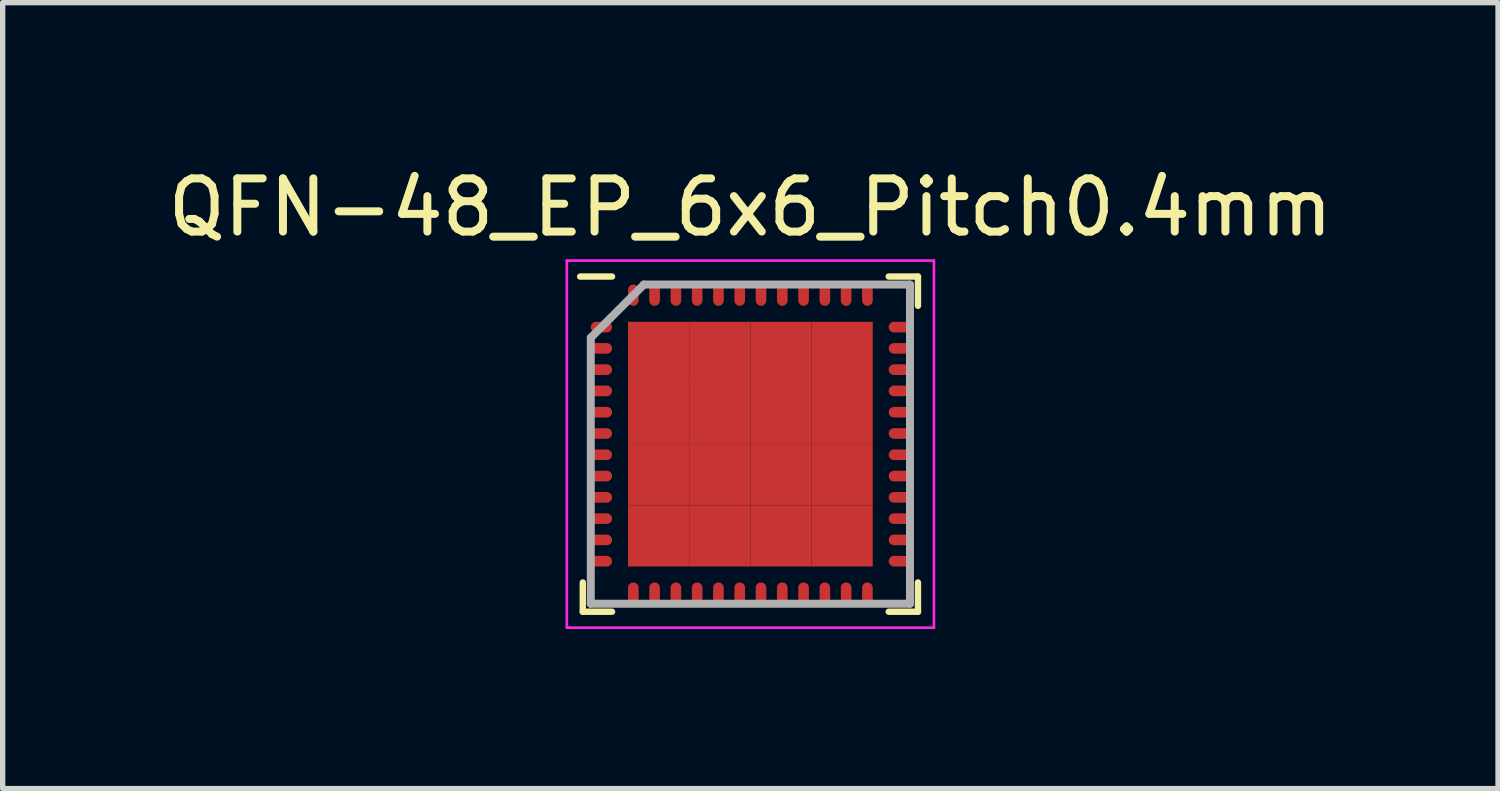
<source format=kicad_pcb>
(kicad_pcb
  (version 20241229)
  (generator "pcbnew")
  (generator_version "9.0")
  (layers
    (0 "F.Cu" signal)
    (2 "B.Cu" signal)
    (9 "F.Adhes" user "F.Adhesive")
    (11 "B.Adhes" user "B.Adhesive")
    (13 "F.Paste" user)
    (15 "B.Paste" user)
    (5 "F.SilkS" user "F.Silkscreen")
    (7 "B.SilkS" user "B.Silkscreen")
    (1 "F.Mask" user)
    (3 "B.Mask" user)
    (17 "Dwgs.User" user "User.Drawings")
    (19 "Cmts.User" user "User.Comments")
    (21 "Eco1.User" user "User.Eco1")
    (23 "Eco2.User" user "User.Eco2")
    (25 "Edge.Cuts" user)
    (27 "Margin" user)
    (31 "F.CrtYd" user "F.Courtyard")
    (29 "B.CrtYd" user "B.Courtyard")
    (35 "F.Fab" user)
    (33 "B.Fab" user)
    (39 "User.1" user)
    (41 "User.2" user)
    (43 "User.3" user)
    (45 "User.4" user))
  (footprint "QFN-48_EP_6x6_Pitch0.4mm"
    (layer "F.Cu")
    (at 11.054 5.298)
    (property "Reference" "QFN-48_EP_6x6_Pitch0.4mm" (at 0 -4.45 0) (layer "F.SilkS") (effects (font (size 1 1) (thickness 0.15))))
    (attr through_hole)
    (fp_line (start -3.15 3.15) (end -3.15 2.6) (stroke (width 0.12) (type default)) (layer "F.SilkS"))
    (fp_line (start -2.6 -3.15) (end -3.2 -3.15) (stroke (width 0.12) (type default)) (layer "F.SilkS"))
    (fp_line (start -2.6 3.15) (end -3.15 3.15) (stroke (width 0.12) (type default)) (layer "F.SilkS"))
    (fp_line (start 2.6 -3.15) (end 3.15 -3.15) (stroke (width 0.12) (type default)) (layer "F.SilkS"))
    (fp_line (start 2.6 3.15) (end 3.15 3.15) (stroke (width 0.12) (type default)) (layer "F.SilkS"))
    (fp_line (start 3.15 -3.15) (end 3.15 -2.6) (stroke (width 0.12) (type default)) (layer "F.SilkS"))
    (fp_line (start 3.15 3.15) (end 3.15 2.6) (stroke (width 0.12) (type default)) (layer "F.SilkS"))
    (fp_line (start -3.45 -3.45) (end 3.45 -3.45) (stroke (width 0.05) (type default)) (layer "F.CrtYd"))
    (fp_line (start -3.45 3.45) (end -3.45 -3.45) (stroke (width 0.05) (type default)) (layer "F.CrtYd"))
    (fp_line (start 3.45 -3.45) (end 3.45 3.45) (stroke (width 0.05) (type default)) (layer "F.CrtYd"))
    (fp_line (start 3.45 3.45) (end -3.45 3.45) (stroke (width 0.05) (type default)) (layer "F.CrtYd"))
    (fp_line (start -3 -2) (end -3 3) (stroke (width 0.15) (type default)) (layer "F.Fab"))
    (fp_line (start -3 3) (end 3 3) (stroke (width 0.15) (type default)) (layer "F.Fab"))
    (fp_line (start -2 -3) (end -3 -2) (stroke (width 0.15) (type default)) (layer "F.Fab"))
    (fp_line (start 3 -3) (end -2 -3) (stroke (width 0.15) (type default)) (layer "F.Fab"))
    (fp_line (start 3 3) (end 3 -3) (stroke (width 0.15) (type default)) (layer "F.Fab"))
    (pad "1" smd oval (at -2.8 -2.2 90) (size 0.2 0.4) (layers "F.Cu" "F.Mask" "F.Paste"))
    (pad "2" smd oval (at -2.8 -1.8 90) (size 0.2 0.4) (layers "F.Cu" "F.Mask" "F.Paste"))
    (pad "3" smd oval (at -2.8 -1.4 90) (size 0.2 0.4) (layers "F.Cu" "F.Mask" "F.Paste"))
    (pad "4" smd oval (at -2.8 -1 90) (size 0.2 0.4) (layers "F.Cu" "F.Mask" "F.Paste"))
    (pad "5" smd oval (at -2.8 -0.6 90) (size 0.2 0.4) (layers "F.Cu" "F.Mask" "F.Paste"))
    (pad "6" smd oval (at -2.8 -0.2 90) (size 0.2 0.4) (layers "F.Cu" "F.Mask" "F.Paste"))
    (pad "7" smd oval (at -2.8 0.2 90) (size 0.2 0.4) (layers "F.Cu" "F.Mask" "F.Paste"))
    (pad "8" smd oval (at -2.8 0.6 90) (size 0.2 0.4) (layers "F.Cu" "F.Mask" "F.Paste"))
    (pad "9" smd oval (at -2.8 1 90) (size 0.2 0.4) (layers "F.Cu" "F.Mask" "F.Paste"))
    (pad "10" smd oval (at -2.8 1.4 90) (size 0.2 0.4) (layers "F.Cu" "F.Mask" "F.Paste"))
    (pad "11" smd oval (at -2.8 1.8 90) (size 0.2 0.4) (layers "F.Cu" "F.Mask" "F.Paste"))
    (pad "12" smd oval (at -2.8 2.2 90) (size 0.2 0.4) (layers "F.Cu" "F.Mask" "F.Paste"))
    (pad "13" smd oval (at -2.2 2.8) (size 0.2 0.4) (layers "F.Cu" "F.Mask" "F.Paste"))
    (pad "14" smd oval (at -1.8 2.8) (size 0.2 0.4) (layers "F.Cu" "F.Mask" "F.Paste"))
    (pad "15" smd oval (at -1.4 2.8) (size 0.2 0.4) (layers "F.Cu" "F.Mask" "F.Paste"))
    (pad "16" smd oval (at -1 2.8) (size 0.2 0.4) (layers "F.Cu" "F.Mask" "F.Paste"))
    (pad "17" smd oval (at -0.6 2.8) (size 0.2 0.4) (layers "F.Cu" "F.Mask" "F.Paste"))
    (pad "18" smd oval (at -0.2 2.8) (size 0.2 0.4) (layers "F.Cu" "F.Mask" "F.Paste"))
    (pad "19" smd oval (at 0.2 2.8) (size 0.2 0.4) (layers "F.Cu" "F.Mask" "F.Paste"))
    (pad "20" smd oval (at 0.6 2.8) (size 0.2 0.4) (layers "F.Cu" "F.Mask" "F.Paste"))
    (pad "21" smd oval (at 1 2.8) (size 0.2 0.4) (layers "F.Cu" "F.Mask" "F.Paste"))
    (pad "22" smd oval (at 1.4 2.8) (size 0.2 0.4) (layers "F.Cu" "F.Mask" "F.Paste"))
    (pad "23" smd oval (at 1.8 2.8) (size 0.2 0.4) (layers "F.Cu" "F.Mask" "F.Paste"))
    (pad "24" smd oval (at 2.2 2.8) (size 0.2 0.4) (layers "F.Cu" "F.Mask" "F.Paste"))
    (pad "25" smd oval (at 2.8 2.2 90) (size 0.2 0.4) (layers "F.Cu" "F.Mask" "F.Paste"))
    (pad "26" smd oval (at 2.8 1.8 90) (size 0.2 0.4) (layers "F.Cu" "F.Mask" "F.Paste"))
    (pad "27" smd oval (at 2.8 1.4 90) (size 0.2 0.4) (layers "F.Cu" "F.Mask" "F.Paste"))
    (pad "28" smd oval (at 2.8 1 90) (size 0.2 0.4) (layers "F.Cu" "F.Mask" "F.Paste"))
    (pad "29" smd oval (at 2.8 0.6 90) (size 0.2 0.4) (layers "F.Cu" "F.Mask" "F.Paste"))
    (pad "30" smd oval (at 2.8 0.2 90) (size 0.2 0.4) (layers "F.Cu" "F.Mask" "F.Paste"))
    (pad "31" smd oval (at 2.8 -0.2 90) (size 0.2 0.4) (layers "F.Cu" "F.Mask" "F.Paste"))
    (pad "32" smd oval (at 2.8 -0.6 90) (size 0.2 0.4) (layers "F.Cu" "F.Mask" "F.Paste"))
    (pad "33" smd oval (at 2.8 -1 90) (size 0.2 0.4) (layers "F.Cu" "F.Mask" "F.Paste"))
    (pad "34" smd oval (at 2.8 -1.4 90) (size 0.2 0.4) (layers "F.Cu" "F.Mask" "F.Paste"))
    (pad "35" smd oval (at 2.8 -1.8 90) (size 0.2 0.4) (layers "F.Cu" "F.Mask" "F.Paste"))
    (pad "36" smd oval (at 2.8 -2.2 90) (size 0.2 0.4) (layers "F.Cu" "F.Mask" "F.Paste"))
    (pad "37" smd oval (at 2.2 -2.8) (size 0.2 0.4) (layers "F.Cu" "F.Mask" "F.Paste"))
    (pad "38" smd oval (at 1.8 -2.8) (size 0.2 0.4) (layers "F.Cu" "F.Mask" "F.Paste"))
    (pad "39" smd oval (at 1.4 -2.8) (size 0.2 0.4) (layers "F.Cu" "F.Mask" "F.Paste"))
    (pad "40" smd oval (at 1 -2.8) (size 0.2 0.4) (layers "F.Cu" "F.Mask" "F.Paste"))
    (pad "41" smd oval (at 0.6 -2.8) (size 0.2 0.4) (layers "F.Cu" "F.Mask" "F.Paste"))
    (pad "42" smd oval (at 0.2 -2.8) (size 0.2 0.4) (layers "F.Cu" "F.Mask" "F.Paste"))
    (pad "43" smd oval (at -0.2 -2.8) (size 0.2 0.4) (layers "F.Cu" "F.Mask" "F.Paste"))
    (pad "44" smd oval (at -0.6 -2.8) (size 0.2 0.4) (layers "F.Cu" "F.Mask" "F.Paste"))
    (pad "45" smd oval (at -1 -2.8) (size 0.2 0.4) (layers "F.Cu" "F.Mask" "F.Paste"))
    (pad "46" smd oval (at -1.4 -2.8) (size 0.2 0.4) (layers "F.Cu" "F.Mask" "F.Paste"))
    (pad "47" smd oval (at -1.8 -2.8) (size 0.2 0.4) (layers "F.Cu" "F.Mask" "F.Paste"))
    (pad "48" smd oval (at -2.2 -2.8) (size 0.2 0.4) (layers "F.Cu" "F.Mask" "F.Paste"))
    (pad "49" smd rect (at -1.725 -1.725) (size 1.15 1.15) (layers "F.Cu" "F.Mask" "F.Paste"))
    (pad "49" smd rect (at -1.725 -0.575) (size 1.15 1.15) (layers "F.Cu" "F.Mask" "F.Paste"))
    (pad "49" smd rect (at -1.725 0.575) (size 1.15 1.15) (layers "F.Cu" "F.Mask" "F.Paste"))
    (pad "49" smd rect (at -1.725 1.725) (size 1.15 1.15) (layers "F.Cu" "F.Mask" "F.Paste"))
    (pad "49" smd rect (at -0.575 -1.725) (size 1.15 1.15) (layers "F.Cu" "F.Mask" "F.Paste"))
    (pad "49" smd rect (at -0.575 -0.575) (size 1.15 1.15) (layers "F.Cu" "F.Mask" "F.Paste"))
    (pad "49" smd rect (at -0.575 0.575) (size 1.15 1.15) (layers "F.Cu" "F.Mask" "F.Paste"))
    (pad "49" smd rect (at -0.575 1.725) (size 1.15 1.15) (layers "F.Cu" "F.Mask" "F.Paste"))
    (pad "49" smd rect (at 0.575 -1.725) (size 1.15 1.15) (layers "F.Cu" "F.Mask" "F.Paste"))
    (pad "49" smd rect (at 0.575 -0.575) (size 1.15 1.15) (layers "F.Cu" "F.Mask" "F.Paste"))
    (pad "49" smd rect (at 0.575 0.575) (size 1.15 1.15) (layers "F.Cu" "F.Mask" "F.Paste"))
    (pad "49" smd rect (at 0.575 1.725) (size 1.15 1.15) (layers "F.Cu" "F.Mask" "F.Paste"))
    (pad "49" smd rect (at 1.725 -1.725) (size 1.15 1.15) (layers "F.Cu" "F.Mask" "F.Paste"))
    (pad "49" smd rect (at 1.725 -0.575) (size 1.15 1.15) (layers "F.Cu" "F.Mask" "F.Paste"))
    (pad "49" smd rect (at 1.725 0.575) (size 1.15 1.15) (layers "F.Cu" "F.Mask" "F.Paste"))
    (pad "49" smd rect (at 1.725 1.725) (size 1.15 1.15) (layers "F.Cu" "F.Mask" "F.Paste")))
  (gr_rect
    (start -3 -3)
    (end 25.107 11.773)
    (stroke (width 0.1) (type default))
    (fill no)
    (layer "Edge.Cuts")))
</source>
